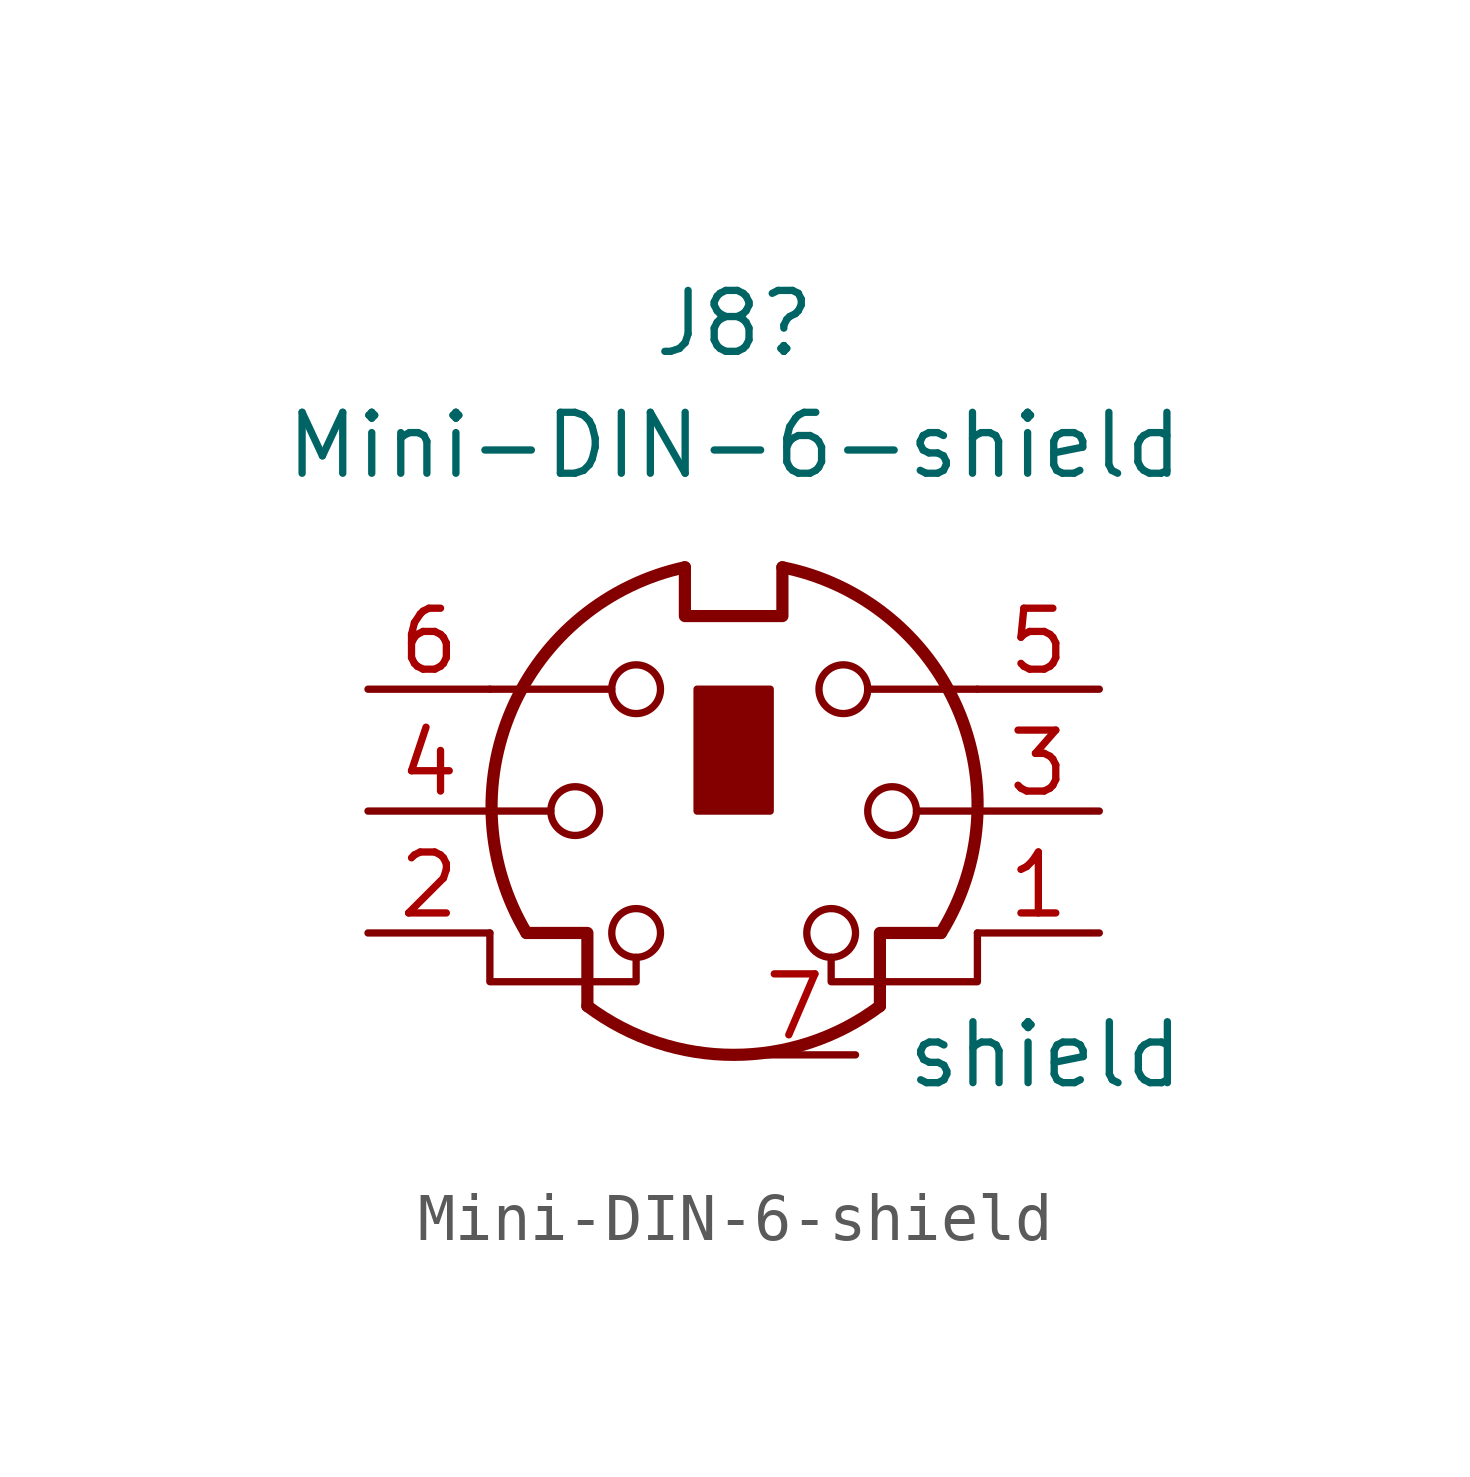
<source format=kicad_sym>
(kicad_symbol_lib
  (version 20211014)
  (generator kicad_symbol_editor)
  (symbol "Mini-DIN-6-shield"
    (pin_names
      (offset 1.016))
    (property "Reference" "J8"
      (at 0.018 10.16 0)
      (effects (font (size 1.27 1.27))))
    (property "Value" "Mini-DIN-6-shield"
      (at 0.018 7.62 0)
      (effects (font (size 1.27 1.27))))
    (symbol "Mini-DIN-6-shield_0_1"
      (circle (center -3.302 0) (radius 0.508) (stroke (width 0) (type default) (color 0 0 0 0)) (fill (type none)))
      (arc (start -3.048 -4.064) (mid 0 -5.08) (end 3.048 -4.064) (stroke (width 0.254) (type default) (color 0 0 0 0)) (fill (type none)))
      (circle (center -2.032 -2.54) (radius 0.508) (stroke (width 0) (type default) (color 0 0 0 0)) (fill (type none)))
      (circle (center -2.032 2.54) (radius 0.508) (stroke (width 0) (type default) (color 0 0 0 0)) (fill (type none)))
      (arc (start -1.016 5.08) (mid -4.6228 2.1214) (end -4.318 -2.54) (stroke (width 0.254) (type default) (color 0 0 0 0)) (fill (type none)))
      (rectangle (start -0.762 2.54) (end 0.762 0) (stroke (width 0) (type default) (color 0 0 0 0)) (fill (type outline)))
      (polyline (pts (xy -3.81 0) (xy -5.08 0)) (stroke (width 0) (type default) (color 0 0 0 0)) (fill (type none)))
      (polyline (pts (xy -2.54 2.54) (xy -5.08 2.54)) (stroke (width 0) (type default) (color 0 0 0 0)) (fill (type none)))
      (polyline (pts (xy 2.794 2.54) (xy 5.08 2.54)) (stroke (width 0) (type default) (color 0 0 0 0)) (fill (type none)))
      (polyline (pts (xy 5.08 0) (xy 3.81 0)) (stroke (width 0) (type default) (color 0 0 0 0)) (fill (type none)))
      (polyline (pts (xy -4.318 -2.54) (xy -3.048 -2.54) (xy -3.048 -4.064)) (stroke (width 0.254) (type default) (color 0 0 0 0)) (fill (type none)))
      (polyline (pts (xy 4.318 -2.54) (xy 3.048 -2.54) (xy 3.048 -4.064)) (stroke (width 0.254) (type default) (color 0 0 0 0)) (fill (type none)))
      (polyline (pts (xy -2.032 -3.048) (xy -2.032 -3.556) (xy -5.08 -3.556) (xy -5.08 -2.54)) (stroke (width 0) (type default) (color 0 0 0 0)) (fill (type none)))
      (polyline (pts (xy -1.016 5.08) (xy -1.016 4.064) (xy 1.016 4.064) (xy 1.016 5.08)) (stroke (width 0.254) (type default) (color 0 0 0 0)) (fill (type none)))
      (polyline (pts (xy 2.032 -3.048) (xy 2.032 -3.556) (xy 5.08 -3.556) (xy 5.08 -2.54)) (stroke (width 0) (type default) (color 0 0 0 0)) (fill (type none)))
      (circle (center 2.032 -2.54) (radius 0.508) (stroke (width 0) (type default) (color 0 0 0 0)) (fill (type none)))
      (circle (center 2.286 2.54) (radius 0.508) (stroke (width 0) (type default) (color 0 0 0 0)) (fill (type none)))
      (circle (center 3.302 0) (radius 0.508) (stroke (width 0) (type default) (color 0 0 0 0)) (fill (type none)))
      (arc (start 4.318 -2.54) (mid 4.6661 2.1322) (end 1.016 5.08) (stroke (width 0.254) (type default) (color 0 0 0 0)) (fill (type none))))
    (symbol "Mini-DIN-6-shield_1_1"
      (pin passive line (at 7.62 -2.54 180) (length 2.54) (name "~" (effects (font (size 1.27 1.27)))) (number "1" (effects (font (size 1.27 1.27)))))
      (pin passive line (at -7.62 -2.54 0) (length 2.54) (name "~" (effects (font (size 1.27 1.27)))) (number "2" (effects (font (size 1.27 1.27)))))
      (pin passive line (at 7.62 0 180) (length 2.54) (name "~" (effects (font (size 1.27 1.27)))) (number "3" (effects (font (size 1.27 1.27)))))
      (pin passive line (at -7.62 0 0) (length 2.54) (name "~" (effects (font (size 1.27 1.27)))) (number "4" (effects (font (size 1.27 1.27)))))
      (pin passive line (at 7.62 2.54 180) (length 2.54) (name "~" (effects (font (size 1.27 1.27)))) (number "5" (effects (font (size 1.27 1.27)))))
      (pin passive line (at -7.62 2.54 0) (length 2.54) (name "~" (effects (font (size 1.27 1.27)))) (number "6" (effects (font (size 1.27 1.27)))))
      (pin passive line (at 0 -5.08 0) (length 2.54) (name "shield" (effects (font (size 1.27 1.27)))) (number "7" (effects (font (size 1.27 1.27))))))))
</source>
